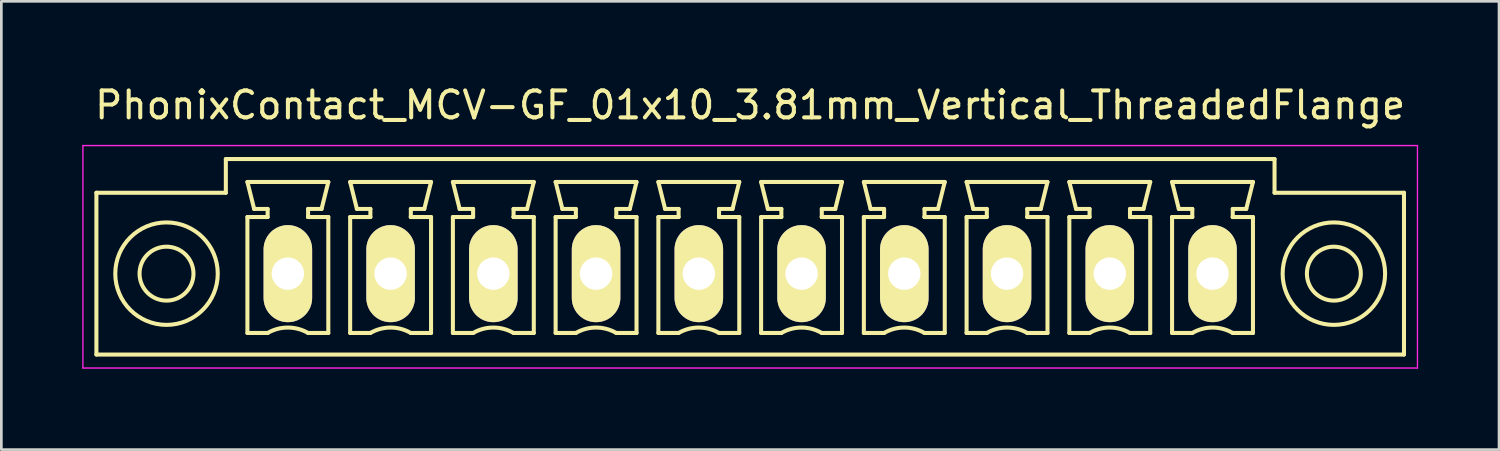
<source format=kicad_pcb>
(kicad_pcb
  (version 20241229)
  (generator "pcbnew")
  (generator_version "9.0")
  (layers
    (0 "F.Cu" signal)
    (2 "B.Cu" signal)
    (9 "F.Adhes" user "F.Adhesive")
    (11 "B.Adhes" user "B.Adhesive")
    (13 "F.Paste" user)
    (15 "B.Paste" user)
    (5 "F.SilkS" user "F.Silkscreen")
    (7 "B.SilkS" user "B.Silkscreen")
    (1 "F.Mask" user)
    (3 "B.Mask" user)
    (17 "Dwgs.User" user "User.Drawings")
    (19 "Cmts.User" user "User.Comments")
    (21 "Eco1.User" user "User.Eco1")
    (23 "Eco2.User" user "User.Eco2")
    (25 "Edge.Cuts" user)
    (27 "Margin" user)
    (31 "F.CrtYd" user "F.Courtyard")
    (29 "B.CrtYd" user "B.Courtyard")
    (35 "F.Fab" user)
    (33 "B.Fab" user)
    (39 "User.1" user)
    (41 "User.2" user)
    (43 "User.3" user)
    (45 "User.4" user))
  (footprint "PhonixContact_MCV-GF_01x10_3.81mm_Vertical_ThreadedFlange"
    (layer "F.Cu")
    (at 7.625 7.098)
    (property "Reference" "PhonixContact_MCV-GF_01x10_3.81mm_Vertical_ThreadedFlange" (at 17.145 -6.25 0) (layer "F.SilkS") (effects (font (size 1 1) (thickness 0.15))))
    (attr through_hole)
    (fp_line (start -7.1 -3) (end -7.1 3) (stroke (width 0.15) (type solid)) (layer "F.SilkS"))
    (fp_line (start -7.1 3) (end 41.39 3) (stroke (width 0.15) (type solid)) (layer "F.SilkS"))
    (fp_line (start -2.3 -4.25) (end -2.3 -3) (stroke (width 0.15) (type solid)) (layer "F.SilkS"))
    (fp_line (start -2.3 -3) (end -7.1 -3) (stroke (width 0.15) (type solid)) (layer "F.SilkS"))
    (fp_line (start -1.5 -3.4) (end 1.5 -3.4) (stroke (width 0.15) (type solid)) (layer "F.SilkS"))
    (fp_line (start -1.5 -2.1) (end -0.75 -2.1) (stroke (width 0.15) (type solid)) (layer "F.SilkS"))
    (fp_line (start -1.5 2.2) (end -1.5 -2.1) (stroke (width 0.15) (type solid)) (layer "F.SilkS"))
    (fp_line (start -1.25 -2.4) (end -1.5 -3.4) (stroke (width 0.15) (type solid)) (layer "F.SilkS"))
    (fp_line (start -0.75 -2.4) (end -1.25 -2.4) (stroke (width 0.15) (type solid)) (layer "F.SilkS"))
    (fp_line (start -0.75 -2.1) (end -0.75 -2.4) (stroke (width 0.15) (type solid)) (layer "F.SilkS"))
    (fp_line (start -0.75 2.2) (end -1.5 2.2) (stroke (width 0.15) (type solid)) (layer "F.SilkS"))
    (fp_line (start 0.75 -2.4) (end 0.75 -2.1) (stroke (width 0.15) (type solid)) (layer "F.SilkS"))
    (fp_line (start 0.75 -2.1) (end 0.75 -2.1) (stroke (width 0.15) (type solid)) (layer "F.SilkS"))
    (fp_line (start 0.75 -2.1) (end 1.5 -2.1) (stroke (width 0.15) (type solid)) (layer "F.SilkS"))
    (fp_line (start 1.25 -2.4) (end 0.75 -2.4) (stroke (width 0.15) (type solid)) (layer "F.SilkS"))
    (fp_line (start 1.5 -3.4) (end 1.25 -2.4) (stroke (width 0.15) (type solid)) (layer "F.SilkS"))
    (fp_line (start 1.5 -2.1) (end 1.5 2.2) (stroke (width 0.15) (type solid)) (layer "F.SilkS"))
    (fp_line (start 1.5 2.2) (end 0.75 2.2) (stroke (width 0.15) (type solid)) (layer "F.SilkS"))
    (fp_line (start 2.31 -3.4) (end 5.31 -3.4) (stroke (width 0.15) (type solid)) (layer "F.SilkS"))
    (fp_line (start 2.31 -2.1) (end 3.06 -2.1) (stroke (width 0.15) (type solid)) (layer "F.SilkS"))
    (fp_line (start 2.31 2.2) (end 2.31 -2.1) (stroke (width 0.15) (type solid)) (layer "F.SilkS"))
    (fp_line (start 2.56 -2.4) (end 2.31 -3.4) (stroke (width 0.15) (type solid)) (layer "F.SilkS"))
    (fp_line (start 3.06 -2.4) (end 2.56 -2.4) (stroke (width 0.15) (type solid)) (layer "F.SilkS"))
    (fp_line (start 3.06 -2.1) (end 3.06 -2.4) (stroke (width 0.15) (type solid)) (layer "F.SilkS"))
    (fp_line (start 3.06 2.2) (end 2.31 2.2) (stroke (width 0.15) (type solid)) (layer "F.SilkS"))
    (fp_line (start 4.56 -2.4) (end 4.56 -2.1) (stroke (width 0.15) (type solid)) (layer "F.SilkS"))
    (fp_line (start 4.56 -2.1) (end 4.56 -2.1) (stroke (width 0.15) (type solid)) (layer "F.SilkS"))
    (fp_line (start 4.56 -2.1) (end 5.31 -2.1) (stroke (width 0.15) (type solid)) (layer "F.SilkS"))
    (fp_line (start 5.06 -2.4) (end 4.56 -2.4) (stroke (width 0.15) (type solid)) (layer "F.SilkS"))
    (fp_line (start 5.31 -3.4) (end 5.06 -2.4) (stroke (width 0.15) (type solid)) (layer "F.SilkS"))
    (fp_line (start 5.31 -2.1) (end 5.31 2.2) (stroke (width 0.15) (type solid)) (layer "F.SilkS"))
    (fp_line (start 5.31 2.2) (end 4.56 2.2) (stroke (width 0.15) (type solid)) (layer "F.SilkS"))
    (fp_line (start 6.12 -3.4) (end 9.12 -3.4) (stroke (width 0.15) (type solid)) (layer "F.SilkS"))
    (fp_line (start 6.12 -2.1) (end 6.87 -2.1) (stroke (width 0.15) (type solid)) (layer "F.SilkS"))
    (fp_line (start 6.12 2.2) (end 6.12 -2.1) (stroke (width 0.15) (type solid)) (layer "F.SilkS"))
    (fp_line (start 6.37 -2.4) (end 6.12 -3.4) (stroke (width 0.15) (type solid)) (layer "F.SilkS"))
    (fp_line (start 6.87 -2.4) (end 6.37 -2.4) (stroke (width 0.15) (type solid)) (layer "F.SilkS"))
    (fp_line (start 6.87 -2.1) (end 6.87 -2.4) (stroke (width 0.15) (type solid)) (layer "F.SilkS"))
    (fp_line (start 6.87 2.2) (end 6.12 2.2) (stroke (width 0.15) (type solid)) (layer "F.SilkS"))
    (fp_line (start 8.37 -2.4) (end 8.37 -2.1) (stroke (width 0.15) (type solid)) (layer "F.SilkS"))
    (fp_line (start 8.37 -2.1) (end 8.37 -2.1) (stroke (width 0.15) (type solid)) (layer "F.SilkS"))
    (fp_line (start 8.37 -2.1) (end 9.12 -2.1) (stroke (width 0.15) (type solid)) (layer "F.SilkS"))
    (fp_line (start 8.87 -2.4) (end 8.37 -2.4) (stroke (width 0.15) (type solid)) (layer "F.SilkS"))
    (fp_line (start 9.12 -3.4) (end 8.87 -2.4) (stroke (width 0.15) (type solid)) (layer "F.SilkS"))
    (fp_line (start 9.12 -2.1) (end 9.12 2.2) (stroke (width 0.15) (type solid)) (layer "F.SilkS"))
    (fp_line (start 9.12 2.2) (end 8.37 2.2) (stroke (width 0.15) (type solid)) (layer "F.SilkS"))
    (fp_line (start 9.93 -3.4) (end 12.93 -3.4) (stroke (width 0.15) (type solid)) (layer "F.SilkS"))
    (fp_line (start 9.93 -2.1) (end 10.68 -2.1) (stroke (width 0.15) (type solid)) (layer "F.SilkS"))
    (fp_line (start 9.93 2.2) (end 9.93 -2.1) (stroke (width 0.15) (type solid)) (layer "F.SilkS"))
    (fp_line (start 10.18 -2.4) (end 9.93 -3.4) (stroke (width 0.15) (type solid)) (layer "F.SilkS"))
    (fp_line (start 10.68 -2.4) (end 10.18 -2.4) (stroke (width 0.15) (type solid)) (layer "F.SilkS"))
    (fp_line (start 10.68 -2.1) (end 10.68 -2.4) (stroke (width 0.15) (type solid)) (layer "F.SilkS"))
    (fp_line (start 10.68 2.2) (end 9.93 2.2) (stroke (width 0.15) (type solid)) (layer "F.SilkS"))
    (fp_line (start 12.18 -2.4) (end 12.18 -2.1) (stroke (width 0.15) (type solid)) (layer "F.SilkS"))
    (fp_line (start 12.18 -2.1) (end 12.18 -2.1) (stroke (width 0.15) (type solid)) (layer "F.SilkS"))
    (fp_line (start 12.18 -2.1) (end 12.93 -2.1) (stroke (width 0.15) (type solid)) (layer "F.SilkS"))
    (fp_line (start 12.68 -2.4) (end 12.18 -2.4) (stroke (width 0.15) (type solid)) (layer "F.SilkS"))
    (fp_line (start 12.93 -3.4) (end 12.68 -2.4) (stroke (width 0.15) (type solid)) (layer "F.SilkS"))
    (fp_line (start 12.93 -2.1) (end 12.93 2.2) (stroke (width 0.15) (type solid)) (layer "F.SilkS"))
    (fp_line (start 12.93 2.2) (end 12.18 2.2) (stroke (width 0.15) (type solid)) (layer "F.SilkS"))
    (fp_line (start 13.74 -3.4) (end 16.74 -3.4) (stroke (width 0.15) (type solid)) (layer "F.SilkS"))
    (fp_line (start 13.74 -2.1) (end 14.49 -2.1) (stroke (width 0.15) (type solid)) (layer "F.SilkS"))
    (fp_line (start 13.74 2.2) (end 13.74 -2.1) (stroke (width 0.15) (type solid)) (layer "F.SilkS"))
    (fp_line (start 13.99 -2.4) (end 13.74 -3.4) (stroke (width 0.15) (type solid)) (layer "F.SilkS"))
    (fp_line (start 14.49 -2.4) (end 13.99 -2.4) (stroke (width 0.15) (type solid)) (layer "F.SilkS"))
    (fp_line (start 14.49 -2.1) (end 14.49 -2.4) (stroke (width 0.15) (type solid)) (layer "F.SilkS"))
    (fp_line (start 14.49 2.2) (end 13.74 2.2) (stroke (width 0.15) (type solid)) (layer "F.SilkS"))
    (fp_line (start 15.99 -2.4) (end 15.99 -2.1) (stroke (width 0.15) (type solid)) (layer "F.SilkS"))
    (fp_line (start 15.99 -2.1) (end 15.99 -2.1) (stroke (width 0.15) (type solid)) (layer "F.SilkS"))
    (fp_line (start 15.99 -2.1) (end 16.74 -2.1) (stroke (width 0.15) (type solid)) (layer "F.SilkS"))
    (fp_line (start 16.49 -2.4) (end 15.99 -2.4) (stroke (width 0.15) (type solid)) (layer "F.SilkS"))
    (fp_line (start 16.74 -3.4) (end 16.49 -2.4) (stroke (width 0.15) (type solid)) (layer "F.SilkS"))
    (fp_line (start 16.74 -2.1) (end 16.74 2.2) (stroke (width 0.15) (type solid)) (layer "F.SilkS"))
    (fp_line (start 16.74 2.2) (end 15.99 2.2) (stroke (width 0.15) (type solid)) (layer "F.SilkS"))
    (fp_line (start 17.55 -3.4) (end 20.55 -3.4) (stroke (width 0.15) (type solid)) (layer "F.SilkS"))
    (fp_line (start 17.55 -2.1) (end 18.3 -2.1) (stroke (width 0.15) (type solid)) (layer "F.SilkS"))
    (fp_line (start 17.55 2.2) (end 17.55 -2.1) (stroke (width 0.15) (type solid)) (layer "F.SilkS"))
    (fp_line (start 17.8 -2.4) (end 17.55 -3.4) (stroke (width 0.15) (type solid)) (layer "F.SilkS"))
    (fp_line (start 18.3 -2.4) (end 17.8 -2.4) (stroke (width 0.15) (type solid)) (layer "F.SilkS"))
    (fp_line (start 18.3 -2.1) (end 18.3 -2.4) (stroke (width 0.15) (type solid)) (layer "F.SilkS"))
    (fp_line (start 18.3 2.2) (end 17.55 2.2) (stroke (width 0.15) (type solid)) (layer "F.SilkS"))
    (fp_line (start 19.8 -2.4) (end 19.8 -2.1) (stroke (width 0.15) (type solid)) (layer "F.SilkS"))
    (fp_line (start 19.8 -2.1) (end 19.8 -2.1) (stroke (width 0.15) (type solid)) (layer "F.SilkS"))
    (fp_line (start 19.8 -2.1) (end 20.55 -2.1) (stroke (width 0.15) (type solid)) (layer "F.SilkS"))
    (fp_line (start 20.3 -2.4) (end 19.8 -2.4) (stroke (width 0.15) (type solid)) (layer "F.SilkS"))
    (fp_line (start 20.55 -3.4) (end 20.3 -2.4) (stroke (width 0.15) (type solid)) (layer "F.SilkS"))
    (fp_line (start 20.55 -2.1) (end 20.55 2.2) (stroke (width 0.15) (type solid)) (layer "F.SilkS"))
    (fp_line (start 20.55 2.2) (end 19.8 2.2) (stroke (width 0.15) (type solid)) (layer "F.SilkS"))
    (fp_line (start 21.36 -3.4) (end 24.36 -3.4) (stroke (width 0.15) (type solid)) (layer "F.SilkS"))
    (fp_line (start 21.36 -2.1) (end 22.11 -2.1) (stroke (width 0.15) (type solid)) (layer "F.SilkS"))
    (fp_line (start 21.36 2.2) (end 21.36 -2.1) (stroke (width 0.15) (type solid)) (layer "F.SilkS"))
    (fp_line (start 21.61 -2.4) (end 21.36 -3.4) (stroke (width 0.15) (type solid)) (layer "F.SilkS"))
    (fp_line (start 22.11 -2.4) (end 21.61 -2.4) (stroke (width 0.15) (type solid)) (layer "F.SilkS"))
    (fp_line (start 22.11 -2.1) (end 22.11 -2.4) (stroke (width 0.15) (type solid)) (layer "F.SilkS"))
    (fp_line (start 22.11 2.2) (end 21.36 2.2) (stroke (width 0.15) (type solid)) (layer "F.SilkS"))
    (fp_line (start 23.61 -2.4) (end 23.61 -2.1) (stroke (width 0.15) (type solid)) (layer "F.SilkS"))
    (fp_line (start 23.61 -2.1) (end 23.61 -2.1) (stroke (width 0.15) (type solid)) (layer "F.SilkS"))
    (fp_line (start 23.61 -2.1) (end 24.36 -2.1) (stroke (width 0.15) (type solid)) (layer "F.SilkS"))
    (fp_line (start 24.11 -2.4) (end 23.61 -2.4) (stroke (width 0.15) (type solid)) (layer "F.SilkS"))
    (fp_line (start 24.36 -3.4) (end 24.11 -2.4) (stroke (width 0.15) (type solid)) (layer "F.SilkS"))
    (fp_line (start 24.36 -2.1) (end 24.36 2.2) (stroke (width 0.15) (type solid)) (layer "F.SilkS"))
    (fp_line (start 24.36 2.2) (end 23.61 2.2) (stroke (width 0.15) (type solid)) (layer "F.SilkS"))
    (fp_line (start 25.17 -3.4) (end 28.17 -3.4) (stroke (width 0.15) (type solid)) (layer "F.SilkS"))
    (fp_line (start 25.17 -2.1) (end 25.92 -2.1) (stroke (width 0.15) (type solid)) (layer "F.SilkS"))
    (fp_line (start 25.17 2.2) (end 25.17 -2.1) (stroke (width 0.15) (type solid)) (layer "F.SilkS"))
    (fp_line (start 25.42 -2.4) (end 25.17 -3.4) (stroke (width 0.15) (type solid)) (layer "F.SilkS"))
    (fp_line (start 25.92 -2.4) (end 25.42 -2.4) (stroke (width 0.15) (type solid)) (layer "F.SilkS"))
    (fp_line (start 25.92 -2.1) (end 25.92 -2.4) (stroke (width 0.15) (type solid)) (layer "F.SilkS"))
    (fp_line (start 25.92 2.2) (end 25.17 2.2) (stroke (width 0.15) (type solid)) (layer "F.SilkS"))
    (fp_line (start 27.42 -2.4) (end 27.42 -2.1) (stroke (width 0.15) (type solid)) (layer "F.SilkS"))
    (fp_line (start 27.42 -2.1) (end 27.42 -2.1) (stroke (width 0.15) (type solid)) (layer "F.SilkS"))
    (fp_line (start 27.42 -2.1) (end 28.17 -2.1) (stroke (width 0.15) (type solid)) (layer "F.SilkS"))
    (fp_line (start 27.92 -2.4) (end 27.42 -2.4) (stroke (width 0.15) (type solid)) (layer "F.SilkS"))
    (fp_line (start 28.17 -3.4) (end 27.92 -2.4) (stroke (width 0.15) (type solid)) (layer "F.SilkS"))
    (fp_line (start 28.17 -2.1) (end 28.17 2.2) (stroke (width 0.15) (type solid)) (layer "F.SilkS"))
    (fp_line (start 28.17 2.2) (end 27.42 2.2) (stroke (width 0.15) (type solid)) (layer "F.SilkS"))
    (fp_line (start 28.98 -3.4) (end 31.98 -3.4) (stroke (width 0.15) (type solid)) (layer "F.SilkS"))
    (fp_line (start 28.98 -2.1) (end 29.73 -2.1) (stroke (width 0.15) (type solid)) (layer "F.SilkS"))
    (fp_line (start 28.98 2.2) (end 28.98 -2.1) (stroke (width 0.15) (type solid)) (layer "F.SilkS"))
    (fp_line (start 29.23 -2.4) (end 28.98 -3.4) (stroke (width 0.15) (type solid)) (layer "F.SilkS"))
    (fp_line (start 29.73 -2.4) (end 29.23 -2.4) (stroke (width 0.15) (type solid)) (layer "F.SilkS"))
    (fp_line (start 29.73 -2.1) (end 29.73 -2.4) (stroke (width 0.15) (type solid)) (layer "F.SilkS"))
    (fp_line (start 29.73 2.2) (end 28.98 2.2) (stroke (width 0.15) (type solid)) (layer "F.SilkS"))
    (fp_line (start 31.23 -2.4) (end 31.23 -2.1) (stroke (width 0.15) (type solid)) (layer "F.SilkS"))
    (fp_line (start 31.23 -2.1) (end 31.23 -2.1) (stroke (width 0.15) (type solid)) (layer "F.SilkS"))
    (fp_line (start 31.23 -2.1) (end 31.98 -2.1) (stroke (width 0.15) (type solid)) (layer "F.SilkS"))
    (fp_line (start 31.73 -2.4) (end 31.23 -2.4) (stroke (width 0.15) (type solid)) (layer "F.SilkS"))
    (fp_line (start 31.98 -3.4) (end 31.73 -2.4) (stroke (width 0.15) (type solid)) (layer "F.SilkS"))
    (fp_line (start 31.98 -2.1) (end 31.98 2.2) (stroke (width 0.15) (type solid)) (layer "F.SilkS"))
    (fp_line (start 31.98 2.2) (end 31.23 2.2) (stroke (width 0.15) (type solid)) (layer "F.SilkS"))
    (fp_line (start 32.79 -3.4) (end 35.79 -3.4) (stroke (width 0.15) (type solid)) (layer "F.SilkS"))
    (fp_line (start 32.79 -2.1) (end 33.54 -2.1) (stroke (width 0.15) (type solid)) (layer "F.SilkS"))
    (fp_line (start 32.79 2.2) (end 32.79 -2.1) (stroke (width 0.15) (type solid)) (layer "F.SilkS"))
    (fp_line (start 33.04 -2.4) (end 32.79 -3.4) (stroke (width 0.15) (type solid)) (layer "F.SilkS"))
    (fp_line (start 33.54 -2.4) (end 33.04 -2.4) (stroke (width 0.15) (type solid)) (layer "F.SilkS"))
    (fp_line (start 33.54 -2.1) (end 33.54 -2.4) (stroke (width 0.15) (type solid)) (layer "F.SilkS"))
    (fp_line (start 33.54 2.2) (end 32.79 2.2) (stroke (width 0.15) (type solid)) (layer "F.SilkS"))
    (fp_line (start 35.04 -2.4) (end 35.04 -2.1) (stroke (width 0.15) (type solid)) (layer "F.SilkS"))
    (fp_line (start 35.04 -2.1) (end 35.04 -2.1) (stroke (width 0.15) (type solid)) (layer "F.SilkS"))
    (fp_line (start 35.04 -2.1) (end 35.79 -2.1) (stroke (width 0.15) (type solid)) (layer "F.SilkS"))
    (fp_line (start 35.54 -2.4) (end 35.04 -2.4) (stroke (width 0.15) (type solid)) (layer "F.SilkS"))
    (fp_line (start 35.79 -3.4) (end 35.54 -2.4) (stroke (width 0.15) (type solid)) (layer "F.SilkS"))
    (fp_line (start 35.79 -2.1) (end 35.79 2.2) (stroke (width 0.15) (type solid)) (layer "F.SilkS"))
    (fp_line (start 35.79 2.2) (end 35.04 2.2) (stroke (width 0.15) (type solid)) (layer "F.SilkS"))
    (fp_line (start 36.59 -4.25) (end -2.3 -4.25) (stroke (width 0.15) (type solid)) (layer "F.SilkS"))
    (fp_line (start 36.59 -3) (end 36.59 -4.25) (stroke (width 0.15) (type solid)) (layer "F.SilkS"))
    (fp_line (start 41.39 -3) (end 36.59 -3) (stroke (width 0.15) (type solid)) (layer "F.SilkS"))
    (fp_line (start 41.39 3) (end 41.39 -3) (stroke (width 0.15) (type solid)) (layer "F.SilkS"))
    (fp_arc (start -0.75 2.2) (mid -0.006068 1.999179) (end 0.739464 2.193978) (stroke (width 0.15) (type solid)) (layer "F.SilkS"))
    (fp_arc (start 3.06 2.2) (mid 3.803932 1.999179) (end 4.549464 2.193978) (stroke (width 0.15) (type solid)) (layer "F.SilkS"))
    (fp_arc (start 6.87 2.2) (mid 7.613932 1.999179) (end 8.359464 2.193978) (stroke (width 0.15) (type solid)) (layer "F.SilkS"))
    (fp_arc (start 10.68 2.2) (mid 11.423932 1.999179) (end 12.169464 2.193978) (stroke (width 0.15) (type solid)) (layer "F.SilkS"))
    (fp_arc (start 14.49 2.2) (mid 15.233932 1.999179) (end 15.979464 2.193978) (stroke (width 0.15) (type solid)) (layer "F.SilkS"))
    (fp_arc (start 18.3 2.2) (mid 19.043932 1.999179) (end 19.789464 2.193978) (stroke (width 0.15) (type solid)) (layer "F.SilkS"))
    (fp_arc (start 22.11 2.2) (mid 22.853932 1.999179) (end 23.599464 2.193978) (stroke (width 0.15) (type solid)) (layer "F.SilkS"))
    (fp_arc (start 25.92 2.2) (mid 26.663932 1.999179) (end 27.409464 2.193978) (stroke (width 0.15) (type solid)) (layer "F.SilkS"))
    (fp_arc (start 29.73 2.2) (mid 30.473932 1.999179) (end 31.219464 2.193978) (stroke (width 0.15) (type solid)) (layer "F.SilkS"))
    (fp_arc (start 33.54 2.2) (mid 34.283932 1.999179) (end 35.029464 2.193978) (stroke (width 0.15) (type solid)) (layer "F.SilkS"))
    (fp_circle (center -4.5 0) (end -3.5 0) (stroke (width 0.15) (type solid)) (fill no) (layer "F.SilkS"))
    (fp_circle (center -4.5 0) (end -2.6 0) (stroke (width 0.15) (type solid)) (fill no) (layer "F.SilkS"))
    (fp_circle (center 38.79 0) (end 39.79 0) (stroke (width 0.15) (type solid)) (fill no) (layer "F.SilkS"))
    (fp_circle (center 38.79 0) (end 40.69 0) (stroke (width 0.15) (type solid)) (fill no) (layer "F.SilkS"))
    (fp_line (start -7.6 -4.75) (end -7.6 3.5) (stroke (width 0.05) (type solid)) (layer "F.CrtYd"))
    (fp_line (start -7.6 3.5) (end 41.89 3.5) (stroke (width 0.05) (type solid)) (layer "F.CrtYd"))
    (fp_line (start 41.89 -4.75) (end -7.6 -4.75) (stroke (width 0.05) (type solid)) (layer "F.CrtYd"))
    (fp_line (start 41.89 3.5) (end 41.89 -4.75) (stroke (width 0.05) (type solid)) (layer "F.CrtYd"))
    (pad "1" thru_hole oval (at 0 0) (size 1.8 3.6) (drill 1.2) (layers "*.Cu" "*.Mask" "F.SilkS"))
    (pad "2" thru_hole oval (at 3.81 0) (size 1.8 3.6) (drill 1.2) (layers "*.Cu" "*.Mask" "F.SilkS"))
    (pad "3" thru_hole oval (at 7.62 0) (size 1.8 3.6) (drill 1.2) (layers "*.Cu" "*.Mask" "F.SilkS"))
    (pad "4" thru_hole oval (at 11.43 0) (size 1.8 3.6) (drill 1.2) (layers "*.Cu" "*.Mask" "F.SilkS"))
    (pad "5" thru_hole oval (at 15.24 0) (size 1.8 3.6) (drill 1.2) (layers "*.Cu" "*.Mask" "F.SilkS"))
    (pad "6" thru_hole oval (at 19.05 0) (size 1.8 3.6) (drill 1.2) (layers "*.Cu" "*.Mask" "F.SilkS"))
    (pad "7" thru_hole oval (at 22.86 0) (size 1.8 3.6) (drill 1.2) (layers "*.Cu" "*.Mask" "F.SilkS"))
    (pad "8" thru_hole oval (at 26.67 0) (size 1.8 3.6) (drill 1.2) (layers "*.Cu" "*.Mask" "F.SilkS"))
    (pad "9" thru_hole oval (at 30.48 0) (size 1.8 3.6) (drill 1.2) (layers "*.Cu" "*.Mask" "F.SilkS"))
    (pad "10" thru_hole oval (at 34.29 0) (size 1.8 3.6) (drill 1.2) (layers "*.Cu" "*.Mask" "F.SilkS")))
  (gr_rect
    (start -3 -3)
    (end 52.54 13.623)
    (stroke (width 0.1) (type default))
    (fill no)
    (layer "Edge.Cuts")))
</source>
